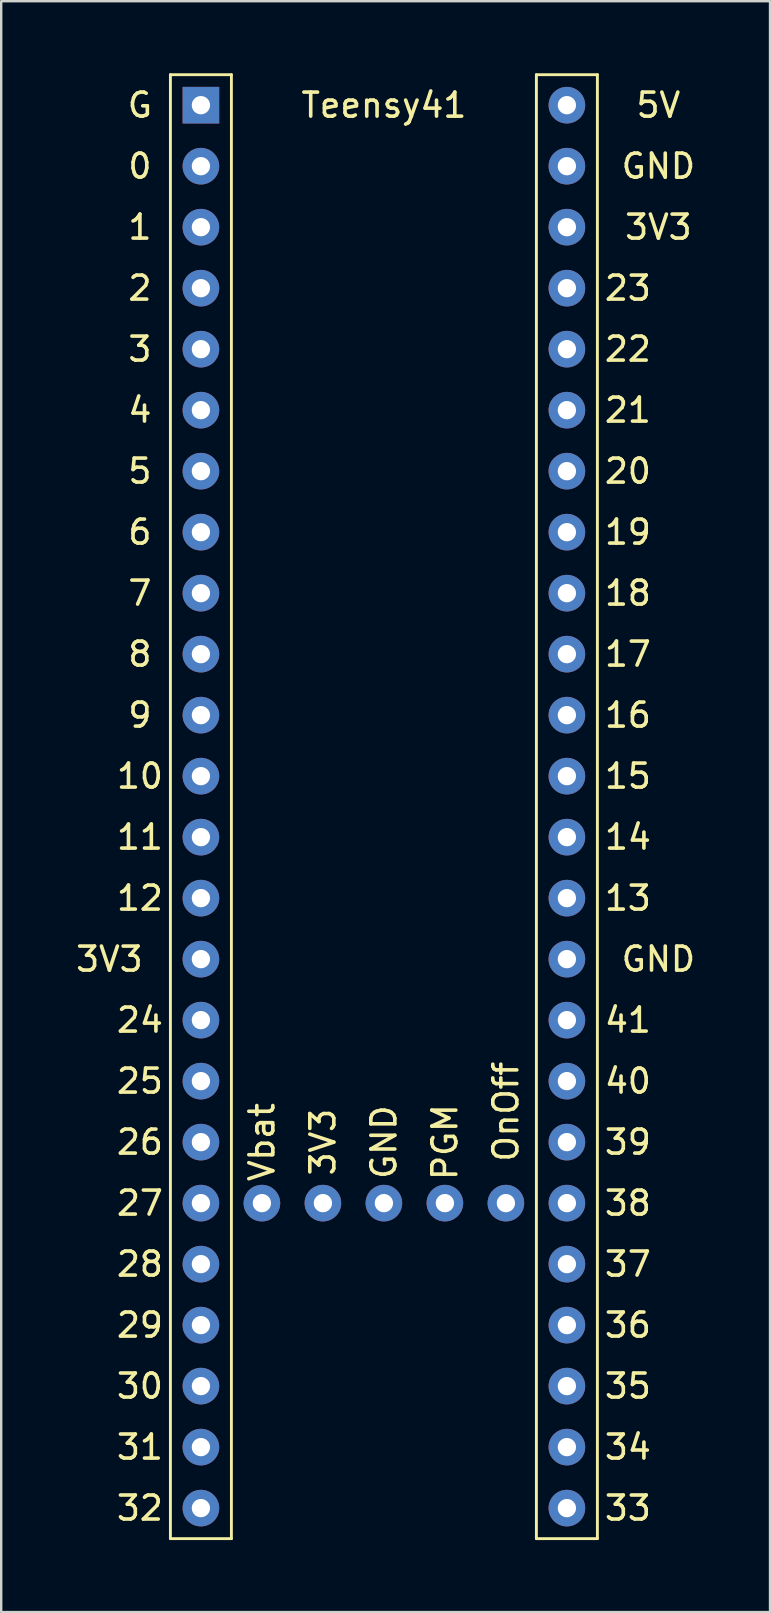
<source format=kicad_pcb>
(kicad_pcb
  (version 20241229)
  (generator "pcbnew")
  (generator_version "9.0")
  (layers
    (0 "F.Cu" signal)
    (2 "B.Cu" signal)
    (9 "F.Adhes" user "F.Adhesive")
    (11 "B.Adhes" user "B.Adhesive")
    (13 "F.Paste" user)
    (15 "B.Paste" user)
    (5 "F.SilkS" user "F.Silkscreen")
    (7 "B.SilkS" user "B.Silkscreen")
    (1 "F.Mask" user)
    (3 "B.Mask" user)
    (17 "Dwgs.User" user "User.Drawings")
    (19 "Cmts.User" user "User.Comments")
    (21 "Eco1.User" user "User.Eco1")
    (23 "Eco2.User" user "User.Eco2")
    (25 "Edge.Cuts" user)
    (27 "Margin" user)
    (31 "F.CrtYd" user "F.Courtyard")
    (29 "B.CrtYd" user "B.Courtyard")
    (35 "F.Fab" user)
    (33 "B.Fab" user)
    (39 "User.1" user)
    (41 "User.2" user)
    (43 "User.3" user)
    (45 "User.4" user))
  (footprint "Teensy41"
    (layer "F.Cu")
    (at 12.936 26.73)
    (property "Reference" "Teensy41" (at 0 -25.4 0) (layer "F.SilkS") (effects (font (size 1 1) (thickness 0.15))))
    (attr through_hole)
    (fp_line (start -8.89 -26.67) (end -6.35 -26.67) (stroke (width 0.12) (type solid)) (layer "F.SilkS"))
    (fp_line (start -8.89 34.29) (end -8.89 -26.67) (stroke (width 0.12) (type solid)) (layer "F.SilkS"))
    (fp_line (start -6.35 -26.67) (end -6.35 34.29) (stroke (width 0.12) (type solid)) (layer "F.SilkS"))
    (fp_line (start -6.35 34.29) (end -8.89 34.29) (stroke (width 0.12) (type solid)) (layer "F.SilkS"))
    (fp_line (start 6.35 -26.67) (end 8.89 -26.67) (stroke (width 0.12) (type solid)) (layer "F.SilkS"))
    (fp_line (start 6.35 34.29) (end 6.35 -26.67) (stroke (width 0.12) (type solid)) (layer "F.SilkS"))
    (fp_line (start 8.89 -26.67) (end 8.89 34.29) (stroke (width 0.12) (type solid)) (layer "F.SilkS"))
    (fp_line (start 8.89 34.29) (end 6.35 34.29) (stroke (width 0.12) (type solid)) (layer "F.SilkS"))
    (fp_text user "34" (at 10.16 30.48 0) (layer "F.SilkS") (effects (font (size 1 1) (thickness 0.15))))
    (fp_text user "36" (at 10.16 25.4 0) (layer "F.SilkS") (effects (font (size 1 1) (thickness 0.15))))
    (fp_text user "10" (at -10.16 2.54 0) (layer "F.SilkS") (effects (font (size 1 1) (thickness 0.15))))
    (fp_text user "18" (at 10.16 -5.08 0) (layer "F.SilkS") (effects (font (size 1 1) (thickness 0.15))))
    (fp_text user "21" (at 10.16 -12.7 0) (layer "F.SilkS") (effects (font (size 1 1) (thickness 0.15))))
    (fp_text user "30" (at -10.16 27.94 0) (layer "F.SilkS") (effects (font (size 1 1) (thickness 0.15))))
    (fp_text user "12" (at -10.16 7.62 0) (layer "F.SilkS") (effects (font (size 1 1) (thickness 0.15))))
    (fp_text user "23" (at 10.16 -17.78 0) (layer "F.SilkS") (effects (font (size 1 1) (thickness 0.15))))
    (fp_text user "OnOff" (at 5.08 16.51 90) (layer "F.SilkS") (effects (font (size 1 1) (thickness 0.15))))
    (fp_text user "24" (at -10.16 12.7 0) (layer "F.SilkS") (effects (font (size 1 1) (thickness 0.15))))
    (fp_text user "15" (at 10.16 2.54 0) (layer "F.SilkS") (effects (font (size 1 1) (thickness 0.15))))
    (fp_text user "GND" (at 0 17.78 90) (layer "F.SilkS") (effects (font (size 1 1) (thickness 0.15))))
    (fp_text user "3V3" (at -11.43 10.16 0) (layer "F.SilkS") (effects (font (size 1 1) (thickness 0.15))))
    (fp_text user "20" (at 10.16 -10.16 0) (layer "F.SilkS") (effects (font (size 1 1) (thickness 0.15))))
    (fp_text user "31" (at -10.16 30.48 0) (layer "F.SilkS") (effects (font (size 1 1) (thickness 0.15))))
    (fp_text user "GND" (at 11.43 -22.86 0) (layer "F.SilkS") (effects (font (size 1 1) (thickness 0.15))))
    (fp_text user "28" (at -10.16 22.86 0) (layer "F.SilkS") (effects (font (size 1 1) (thickness 0.15))))
    (fp_text user "PGM" (at 2.54 17.78 90) (layer "F.SilkS") (effects (font (size 1 1) (thickness 0.15))))
    (fp_text user "33" (at 10.16 33.02 0) (layer "F.SilkS") (effects (font (size 1 1) (thickness 0.15))))
    (fp_text user "6" (at -10.16 -7.62 0) (layer "F.SilkS") (effects (font (size 1 1) (thickness 0.15))))
    (fp_text user "11" (at -10.16 5.08 0) (layer "F.SilkS") (effects (font (size 1 1) (thickness 0.15))))
    (fp_text user "5" (at -10.16 -10.16 0) (layer "F.SilkS") (effects (font (size 1 1) (thickness 0.15))))
    (fp_text user "7" (at -10.16 -5.08 0) (layer "F.SilkS") (effects (font (size 1 1) (thickness 0.15))))
    (fp_text user "41" (at 10.16 12.7 0) (layer "F.SilkS") (effects (font (size 1 1) (thickness 0.15))))
    (fp_text user "26" (at -10.16 17.78 0) (layer "F.SilkS") (effects (font (size 1 1) (thickness 0.15))))
    (fp_text user "19" (at 10.16 -7.62 0) (layer "F.SilkS") (effects (font (size 1 1) (thickness 0.15))))
    (fp_text user "5V" (at 11.43 -25.4 0) (layer "F.SilkS") (effects (font (size 1 1) (thickness 0.15))))
    (fp_text user "25" (at -10.16 15.24 0) (layer "F.SilkS") (effects (font (size 1 1) (thickness 0.15))))
    (fp_text user "9" (at -10.16 0 0) (layer "F.SilkS") (effects (font (size 1 1) (thickness 0.15))))
    (fp_text user "14" (at 10.16 5.08 0) (layer "F.SilkS") (effects (font (size 1 1) (thickness 0.15))))
    (fp_text user "2" (at -10.16 -17.78 0) (layer "F.SilkS") (effects (font (size 1 1) (thickness 0.15))))
    (fp_text user "38" (at 10.16 20.32 0) (layer "F.SilkS") (effects (font (size 1 1) (thickness 0.15))))
    (fp_text user "3V3" (at 11.43 -20.32 0) (layer "F.SilkS") (effects (font (size 1 1) (thickness 0.15))))
    (fp_text user "Vbat" (at -5.08 17.78 90) (layer "F.SilkS") (effects (font (size 1 1) (thickness 0.15))))
    (fp_text user "0" (at -10.16 -22.86 0) (layer "F.SilkS") (effects (font (size 1 1) (thickness 0.15))))
    (fp_text user "13" (at 10.16 7.62 0) (layer "F.SilkS") (effects (font (size 1 1) (thickness 0.15))))
    (fp_text user "39" (at 10.16 17.78 0) (layer "F.SilkS") (effects (font (size 1 1) (thickness 0.15))))
    (fp_text user "8" (at -10.16 -2.54 0) (layer "F.SilkS") (effects (font (size 1 1) (thickness 0.15))))
    (fp_text user "29" (at -10.16 25.4 0) (layer "F.SilkS") (effects (font (size 1 1) (thickness 0.15))))
    (fp_text user "40" (at 10.16 15.24 0) (layer "F.SilkS") (effects (font (size 1 1) (thickness 0.15))))
    (fp_text user "1" (at -10.16 -20.32 0) (layer "F.SilkS") (effects (font (size 1 1) (thickness 0.15))))
    (fp_text user "4" (at -10.16 -12.7 0) (layer "F.SilkS") (effects (font (size 1 1) (thickness 0.15))))
    (fp_text user "3" (at -10.16 -15.24 0) (layer "F.SilkS") (effects (font (size 1 1) (thickness 0.15))))
    (fp_text user "32" (at -10.16 33.02 0) (layer "F.SilkS") (effects (font (size 1 1) (thickness 0.15))))
    (fp_text user "16" (at 10.16 0 0) (layer "F.SilkS") (effects (font (size 1 1) (thickness 0.15))))
    (fp_text user "27" (at -10.16 20.32 0) (layer "F.SilkS") (effects (font (size 1 1) (thickness 0.15))))
    (fp_text user "22" (at 10.16 -15.24 0) (layer "F.SilkS") (effects (font (size 1 1) (thickness 0.15))))
    (fp_text user "37" (at 10.16 22.86 0) (layer "F.SilkS") (effects (font (size 1 1) (thickness 0.15))))
    (fp_text user "35" (at 10.16 27.94 0) (layer "F.SilkS") (effects (font (size 1 1) (thickness 0.15))))
    (fp_text user "GND" (at 11.43 10.16 0) (layer "F.SilkS") (effects (font (size 1 1) (thickness 0.15))))
    (fp_text user "G" (at -10.16 -25.4 0) (layer "F.SilkS") (effects (font (size 1 1) (thickness 0.15))))
    (fp_text user "17" (at 10.16 -2.54 0) (layer "F.SilkS") (effects (font (size 1 1) (thickness 0.15))))
    (fp_text user "3V3" (at -2.54 17.78 90) (layer "F.SilkS") (effects (font (size 1 1) (thickness 0.15))))
    (pad "1" thru_hole rect (at -7.62 -25.4) (size 1.524 1.524) (drill 0.762) (layers "*.Cu" "*.Mask"))
    (pad "2" thru_hole circle (at -7.62 -22.86) (size 1.524 1.524) (drill 0.762) (layers "*.Cu" "*.Mask"))
    (pad "3" thru_hole circle (at -7.62 -20.32) (size 1.524 1.524) (drill 0.762) (layers "*.Cu" "*.Mask"))
    (pad "4" thru_hole circle (at -7.62 -17.78) (size 1.524 1.524) (drill 0.762) (layers "*.Cu" "*.Mask"))
    (pad "5" thru_hole circle (at -7.62 -15.24) (size 1.524 1.524) (drill 0.762) (layers "*.Cu" "*.Mask"))
    (pad "6" thru_hole circle (at -7.62 -12.7) (size 1.524 1.524) (drill 0.762) (layers "*.Cu" "*.Mask"))
    (pad "7" thru_hole circle (at -7.62 -10.16) (size 1.524 1.524) (drill 0.762) (layers "*.Cu" "*.Mask"))
    (pad "8" thru_hole circle (at -7.62 -7.62) (size 1.524 1.524) (drill 0.762) (layers "*.Cu" "*.Mask"))
    (pad "9" thru_hole circle (at -7.62 -5.08) (size 1.524 1.524) (drill 0.762) (layers "*.Cu" "*.Mask"))
    (pad "10" thru_hole circle (at -7.62 -2.54) (size 1.524 1.524) (drill 0.762) (layers "*.Cu" "*.Mask"))
    (pad "11" thru_hole circle (at -7.62 0) (size 1.524 1.524) (drill 0.762) (layers "*.Cu" "*.Mask"))
    (pad "12" thru_hole circle (at -7.62 2.54) (size 1.524 1.524) (drill 0.762) (layers "*.Cu" "*.Mask"))
    (pad "13" thru_hole circle (at -7.62 5.08) (size 1.524 1.524) (drill 0.762) (layers "*.Cu" "*.Mask"))
    (pad "14" thru_hole circle (at -7.62 7.62) (size 1.524 1.524) (drill 0.762) (layers "*.Cu" "*.Mask"))
    (pad "15" thru_hole circle (at -7.62 10.16) (size 1.524 1.524) (drill 0.762) (layers "*.Cu" "*.Mask"))
    (pad "16" thru_hole circle (at -7.62 12.7) (size 1.524 1.524) (drill 0.762) (layers "*.Cu" "*.Mask"))
    (pad "17" thru_hole circle (at -7.62 15.24) (size 1.524 1.524) (drill 0.762) (layers "*.Cu" "*.Mask"))
    (pad "18" thru_hole circle (at -7.62 17.78) (size 1.524 1.524) (drill 0.762) (layers "*.Cu" "*.Mask"))
    (pad "19" thru_hole circle (at -7.62 20.32) (size 1.524 1.524) (drill 0.762) (layers "*.Cu" "*.Mask"))
    (pad "20" thru_hole circle (at -7.62 22.86) (size 1.524 1.524) (drill 0.762) (layers "*.Cu" "*.Mask"))
    (pad "21" thru_hole circle (at -7.62 25.4) (size 1.524 1.524) (drill 0.762) (layers "*.Cu" "*.Mask"))
    (pad "22" thru_hole circle (at -7.62 27.94) (size 1.524 1.524) (drill 0.762) (layers "*.Cu" "*.Mask"))
    (pad "23" thru_hole circle (at -7.62 30.48) (size 1.524 1.524) (drill 0.762) (layers "*.Cu" "*.Mask"))
    (pad "24" thru_hole circle (at -7.62 33.02) (size 1.524 1.524) (drill 0.762) (layers "*.Cu" "*.Mask"))
    (pad "25" thru_hole circle (at 7.62 33.02) (size 1.524 1.524) (drill 0.762) (layers "*.Cu" "*.Mask"))
    (pad "26" thru_hole circle (at 7.62 30.48) (size 1.524 1.524) (drill 0.762) (layers "*.Cu" "*.Mask"))
    (pad "27" thru_hole circle (at 7.62 27.94) (size 1.524 1.524) (drill 0.762) (layers "*.Cu" "*.Mask"))
    (pad "28" thru_hole circle (at 7.62 25.4) (size 1.524 1.524) (drill 0.762) (layers "*.Cu" "*.Mask"))
    (pad "29" thru_hole circle (at 7.62 22.86) (size 1.524 1.524) (drill 0.762) (layers "*.Cu" "*.Mask"))
    (pad "30" thru_hole circle (at 7.62 20.32) (size 1.524 1.524) (drill 0.762) (layers "*.Cu" "*.Mask"))
    (pad "31" thru_hole circle (at 7.62 17.78) (size 1.524 1.524) (drill 0.762) (layers "*.Cu" "*.Mask"))
    (pad "32" thru_hole circle (at 7.62 15.24) (size 1.524 1.524) (drill 0.762) (layers "*.Cu" "*.Mask"))
    (pad "33" thru_hole circle (at 7.62 12.7) (size 1.524 1.524) (drill 0.762) (layers "*.Cu" "*.Mask"))
    (pad "34" thru_hole circle (at 7.62 10.16) (size 1.524 1.524) (drill 0.762) (layers "*.Cu" "*.Mask"))
    (pad "35" thru_hole circle (at 7.62 7.62) (size 1.524 1.524) (drill 0.762) (layers "*.Cu" "*.Mask"))
    (pad "36" thru_hole circle (at 7.62 5.08) (size 1.524 1.524) (drill 0.762) (layers "*.Cu" "*.Mask"))
    (pad "37" thru_hole circle (at 7.62 2.54) (size 1.524 1.524) (drill 0.762) (layers "*.Cu" "*.Mask"))
    (pad "38" thru_hole circle (at 7.62 0) (size 1.524 1.524) (drill 0.762) (layers "*.Cu" "*.Mask"))
    (pad "39" thru_hole circle (at 7.62 -2.54) (size 1.524 1.524) (drill 0.762) (layers "*.Cu" "*.Mask"))
    (pad "40" thru_hole circle (at 7.62 -5.08) (size 1.524 1.524) (drill 0.762) (layers "*.Cu" "*.Mask"))
    (pad "41" thru_hole circle (at 7.62 -7.62) (size 1.524 1.524) (drill 0.762) (layers "*.Cu" "*.Mask"))
    (pad "42" thru_hole circle (at 7.62 -10.16) (size 1.524 1.524) (drill 0.762) (layers "*.Cu" "*.Mask"))
    (pad "43" thru_hole circle (at 7.62 -12.7) (size 1.524 1.524) (drill 0.762) (layers "*.Cu" "*.Mask"))
    (pad "44" thru_hole circle (at 7.62 -15.24) (size 1.524 1.524) (drill 0.762) (layers "*.Cu" "*.Mask"))
    (pad "45" thru_hole circle (at 7.62 -17.78) (size 1.524 1.524) (drill 0.762) (layers "*.Cu" "*.Mask"))
    (pad "46" thru_hole circle (at 7.62 -20.32) (size 1.524 1.524) (drill 0.762) (layers "*.Cu" "*.Mask"))
    (pad "47" thru_hole circle (at 7.62 -22.86) (size 1.524 1.524) (drill 0.762) (layers "*.Cu" "*.Mask"))
    (pad "48" thru_hole circle (at 7.62 -25.4) (size 1.524 1.524) (drill 0.762) (layers "*.Cu" "*.Mask"))
    (pad "49" thru_hole circle (at -5.08 20.32) (size 1.524 1.524) (drill 0.762) (layers "*.Cu" "*.Mask"))
    (pad "50" thru_hole circle (at -2.54 20.32) (size 1.524 1.524) (drill 0.762) (layers "*.Cu" "*.Mask"))
    (pad "51" thru_hole circle (at 0 20.32) (size 1.524 1.524) (drill 0.762) (layers "*.Cu" "*.Mask"))
    (pad "52" thru_hole circle (at 2.54 20.32) (size 1.524 1.524) (drill 0.762) (layers "*.Cu" "*.Mask"))
    (pad "53" thru_hole circle (at 5.08 20.32) (size 1.524 1.524) (drill 0.762) (layers "*.Cu" "*.Mask")))
  (gr_rect
    (start -3 -3)
    (end 29.015 64.08)
    (stroke (width 0.1) (type default))
    (fill no)
    (layer "Edge.Cuts")))
</source>
